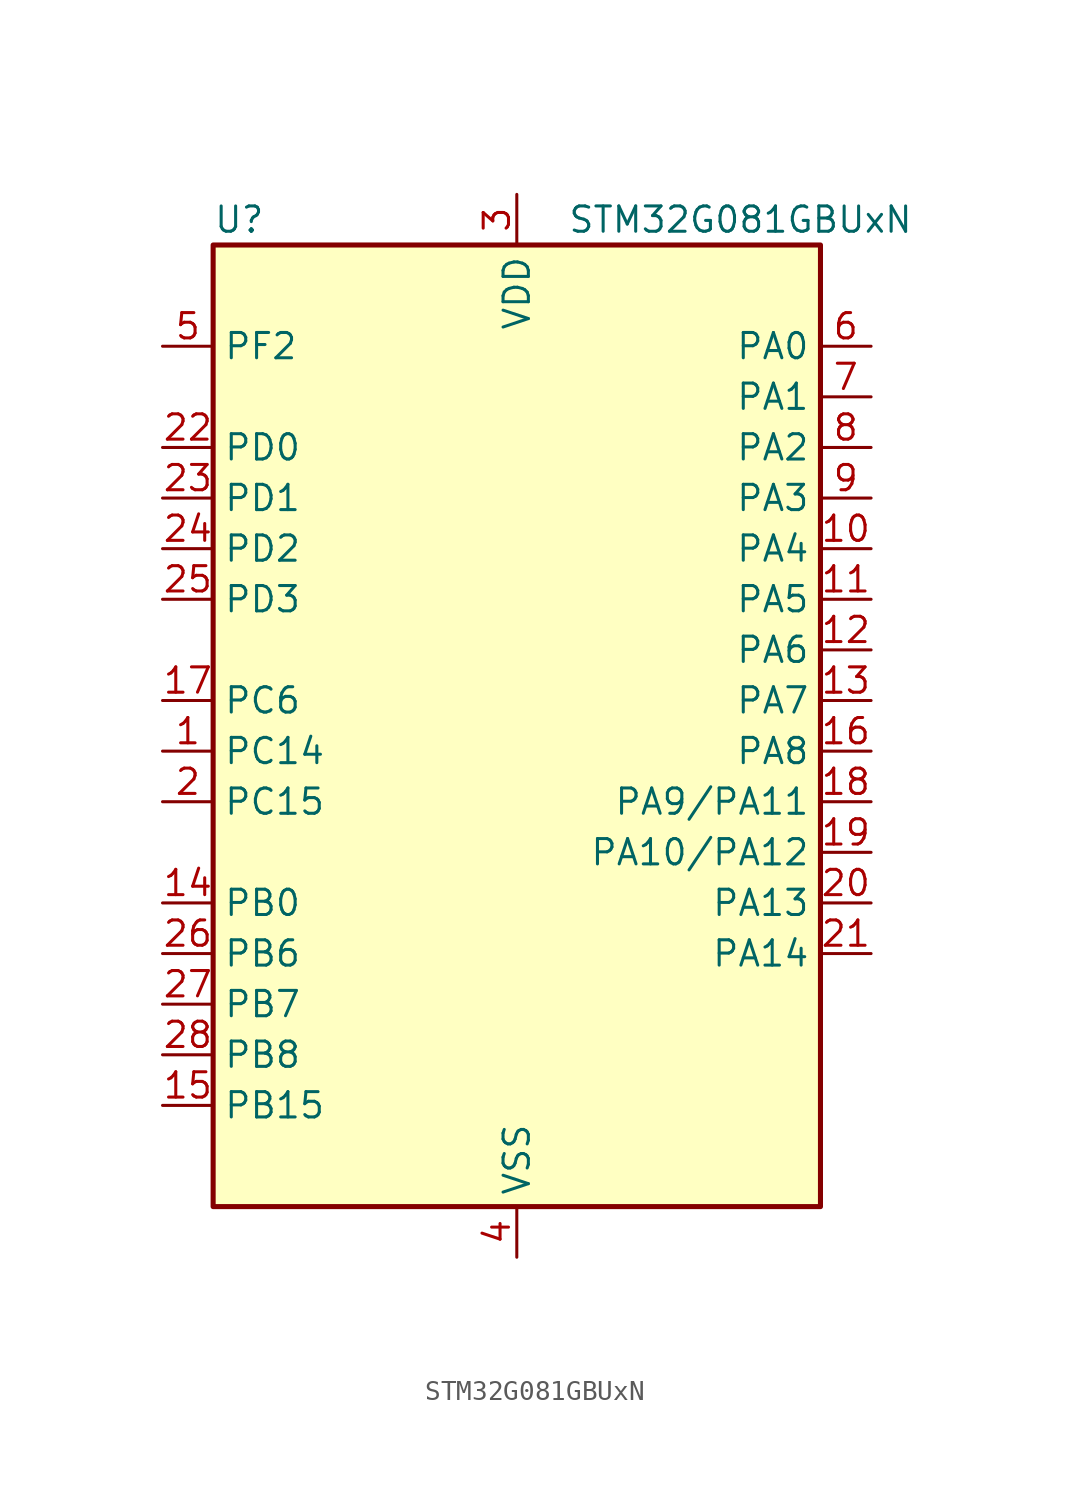
<source format=kicad_sym>
(kicad_symbol_lib
  (version 20231120)
  (generator "kicad-library-utils")
  (generator_version "8.0")
  (symbol "STM32G081GBUxN"
    (property "Reference" "U"
      (at -15.24 26.67 0)
      (effects (font (size 1.27 1.27)) (justify left)))
    (property "Value" "STM32G081GBUxN"
      (at 2.54 26.67 0)
      (effects (font (size 1.27 1.27)) (justify left)))
    (symbol "STM32G081GBUxN_0_1"
      (rectangle (start -15.24 -22.86) (end 15.24 25.4) (stroke (width 0.254) (type default)) (fill (type background))))
    (symbol "STM32G081GBUxN_1_1"
      (pin bidirectional line (at -17.78 0 0) (length 2.54) (name "PC14" (effects (font (size 1.27 1.27)))) (number "1" (effects (font (size 1.27 1.27)))) (alternate "RCC_OSC32_IN" bidirectional line) (alternate "RCC_OSC_IN" bidirectional line) (alternate "TIM1_BK2" bidirectional line))
      (pin bidirectional line (at 17.78 10.16 180) (length 2.54) (name "PA4" (effects (font (size 1.27 1.27)))) (number "10" (effects (font (size 1.27 1.27)))) (alternate "ADC1_IN4" bidirectional line) (alternate "DAC1_OUT1" bidirectional line) (alternate "I2S1_WS" bidirectional line) (alternate "LPTIM2_OUT" bidirectional line) (alternate "RTC_OUT_ALARM" bidirectional line) (alternate "RTC_OUT_CALIB" bidirectional line) (alternate "RTC_TAMP_IN1" bidirectional line) (alternate "RTC_TS" bidirectional line) (alternate "SPI1_NSS" bidirectional line) (alternate "SPI2_MOSI" bidirectional line) (alternate "SYS_WKUP2" bidirectional line) (alternate "TIM14_CH1" bidirectional line) (alternate "UCPD2_FRSTX1" bidirectional line) (alternate "UCPD2_FRSTX2" bidirectional line))
      (pin bidirectional line (at 17.78 7.62 180) (length 2.54) (name "PA5" (effects (font (size 1.27 1.27)))) (number "11" (effects (font (size 1.27 1.27)))) (alternate "ADC1_IN5" bidirectional line) (alternate "CEC" bidirectional line) (alternate "DAC1_OUT2" bidirectional line) (alternate "I2S1_CK" bidirectional line) (alternate "LPTIM2_ETR" bidirectional line) (alternate "SPI1_SCK" bidirectional line) (alternate "TIM2_CH1" bidirectional line) (alternate "TIM2_ETR" bidirectional line) (alternate "UCPD1_FRSTX1" bidirectional line) (alternate "UCPD1_FRSTX2" bidirectional line) (alternate "USART3_TX" bidirectional line))
      (pin bidirectional line (at 17.78 5.08 180) (length 2.54) (name "PA6" (effects (font (size 1.27 1.27)))) (number "12" (effects (font (size 1.27 1.27)))) (alternate "ADC1_IN6" bidirectional line) (alternate "COMP1_OUT" bidirectional line) (alternate "I2S1_MCK" bidirectional line) (alternate "LPUART1_CTS" bidirectional line) (alternate "SPI1_MISO" bidirectional line) (alternate "TIM16_CH1" bidirectional line) (alternate "TIM1_BK" bidirectional line) (alternate "TIM3_CH1" bidirectional line) (alternate "USART3_CTS" bidirectional line) (alternate "USART3_NSS" bidirectional line))
      (pin bidirectional line (at 17.78 2.54 180) (length 2.54) (name "PA7" (effects (font (size 1.27 1.27)))) (number "13" (effects (font (size 1.27 1.27)))) (alternate "ADC1_IN7" bidirectional line) (alternate "COMP2_OUT" bidirectional line) (alternate "I2S1_SD" bidirectional line) (alternate "SPI1_MOSI" bidirectional line) (alternate "TIM14_CH1" bidirectional line) (alternate "TIM17_CH1" bidirectional line) (alternate "TIM1_CH1N" bidirectional line) (alternate "TIM3_CH2" bidirectional line) (alternate "UCPD1_FRSTX1" bidirectional line) (alternate "UCPD1_FRSTX2" bidirectional line))
      (pin bidirectional line (at -17.78 -7.62 0) (length 2.54) (name "PB0" (effects (font (size 1.27 1.27)))) (number "14" (effects (font (size 1.27 1.27)))) (alternate "ADC1_IN8" bidirectional line) (alternate "COMP1_OUT" bidirectional line) (alternate "I2S1_WS" bidirectional line) (alternate "LPTIM1_OUT" bidirectional line) (alternate "SPI1_NSS" bidirectional line) (alternate "TIM1_CH2N" bidirectional line) (alternate "TIM3_CH3" bidirectional line) (alternate "UCPD1_DBCC2" bidirectional line) (alternate "UCPD1_FRSTX1" bidirectional line) (alternate "UCPD1_FRSTX2" bidirectional line) (alternate "USART3_RX" bidirectional line))
      (pin bidirectional line (at -17.78 -17.78 0) (length 2.54) (name "PB15" (effects (font (size 1.27 1.27)))) (number "15" (effects (font (size 1.27 1.27)))) (alternate "RTC_REFIN" bidirectional line) (alternate "SPI2_MOSI" bidirectional line) (alternate "TIM15_CH1N" bidirectional line) (alternate "TIM15_CH2" bidirectional line) (alternate "TIM1_CH3N" bidirectional line) (alternate "UCPD1_CC2" bidirectional line))
      (pin bidirectional line (at 17.78 0 180) (length 2.54) (name "PA8" (effects (font (size 1.27 1.27)))) (number "16" (effects (font (size 1.27 1.27)))) (alternate "LPTIM2_OUT" bidirectional line) (alternate "RCC_MCO" bidirectional line) (alternate "SPI2_NSS" bidirectional line) (alternate "TIM1_CH1" bidirectional line) (alternate "UCPD1_CC1" bidirectional line))
      (pin bidirectional line (at -17.78 2.54 0) (length 2.54) (name "PC6" (effects (font (size 1.27 1.27)))) (number "17" (effects (font (size 1.27 1.27)))) (alternate "TIM2_CH3" bidirectional line) (alternate "TIM3_CH1" bidirectional line) (alternate "UCPD1_DBCC1" bidirectional line) (alternate "UCPD1_FRSTX1" bidirectional line) (alternate "UCPD1_FRSTX2" bidirectional line))
      (pin bidirectional line (at 17.78 -2.54 180) (length 2.54) (name "PA9/PA11" (effects (font (size 1.27 1.27)))) (number "18" (effects (font (size 1.27 1.27)))) (alternate "PA9" bidirectional line) (alternate "DAC1_EXTI9 (PA9)" bidirectional line) (alternate "I2C1_SCL (PA9)" bidirectional line) (alternate "RCC_MCO (PA9)" bidirectional line) (alternate "SPI2_MISO (PA9)" bidirectional line) (alternate "TIM15_BK (PA9)" bidirectional line) (alternate "TIM1_CH2 (PA9)" bidirectional line) (alternate "USART1_TX (PA9)" bidirectional line) (alternate "PA11" bidirectional line) (alternate "ADC1_EXTI11 (PA11)" bidirectional line) (alternate "COMP1_OUT (PA11)" bidirectional line) (alternate "I2C2_SCL (PA11)" bidirectional line) (alternate "I2S1_MCK (PA11)" bidirectional line) (alternate "SPI1_MISO (PA11)" bidirectional line) (alternate "TIM1_BK2 (PA11)" bidirectional line) (alternate "TIM1_CH4 (PA11)" bidirectional line) (alternate "USART1_CTS (PA11)" bidirectional line) (alternate "USART1_NSS (PA11)" bidirectional line))
      (pin bidirectional line (at 17.78 -5.08 180) (length 2.54) (name "PA10/PA12" (effects (font (size 1.27 1.27)))) (number "19" (effects (font (size 1.27 1.27)))) (alternate "PA10" bidirectional line) (alternate "I2C1_SDA (PA10)" bidirectional line) (alternate "SPI2_MOSI (PA10)" bidirectional line) (alternate "TIM17_BK (PA10)" bidirectional line) (alternate "TIM1_CH3 (PA10)" bidirectional line) (alternate "USART1_RX (PA10)" bidirectional line) (alternate "PA12" bidirectional line) (alternate "COMP2_OUT (PA12)" bidirectional line) (alternate "I2C2_SDA (PA12)" bidirectional line) (alternate "I2S1_SD (PA12)" bidirectional line) (alternate "I2S_CKIN (PA12)" bidirectional line) (alternate "SPI1_MOSI (PA12)" bidirectional line) (alternate "TIM1_ETR (PA12)" bidirectional line) (alternate "USART1_CK (PA12)" bidirectional line) (alternate "USART1_DE (PA12)" bidirectional line) (alternate "USART1_RTS (PA12)" bidirectional line))
      (pin bidirectional line (at -17.78 -2.54 0) (length 2.54) (name "PC15" (effects (font (size 1.27 1.27)))) (number "2" (effects (font (size 1.27 1.27)))) (alternate "RCC_OSC32_EN" bidirectional line) (alternate "RCC_OSC32_OUT" bidirectional line) (alternate "RCC_OSC_EN" bidirectional line) (alternate "TIM15_BK" bidirectional line))
      (pin bidirectional line (at 17.78 -7.62 180) (length 2.54) (name "PA13" (effects (font (size 1.27 1.27)))) (number "20" (effects (font (size 1.27 1.27)))) (alternate "IR_OUT" bidirectional line) (alternate "SYS_SWDIO" bidirectional line))
      (pin bidirectional line (at 17.78 -10.16 180) (length 2.54) (name "PA14" (effects (font (size 1.27 1.27)))) (number "21" (effects (font (size 1.27 1.27)))) (alternate "SYS_SWCLK" bidirectional line) (alternate "USART2_TX" bidirectional line))
      (pin bidirectional line (at -17.78 15.24 0) (length 2.54) (name "PD0" (effects (font (size 1.27 1.27)))) (number "22" (effects (font (size 1.27 1.27)))) (alternate "SPI2_NSS" bidirectional line) (alternate "TIM16_CH1" bidirectional line) (alternate "UCPD2_CC1" bidirectional line))
      (pin bidirectional line (at -17.78 12.7 0) (length 2.54) (name "PD1" (effects (font (size 1.27 1.27)))) (number "23" (effects (font (size 1.27 1.27)))) (alternate "SPI2_SCK" bidirectional line) (alternate "TIM17_CH1" bidirectional line) (alternate "UCPD2_DBCC1" bidirectional line))
      (pin bidirectional line (at -17.78 10.16 0) (length 2.54) (name "PD2" (effects (font (size 1.27 1.27)))) (number "24" (effects (font (size 1.27 1.27)))) (alternate "TIM1_CH1N" bidirectional line) (alternate "TIM3_ETR" bidirectional line) (alternate "UCPD2_CC2" bidirectional line) (alternate "USART3_CK" bidirectional line) (alternate "USART3_DE" bidirectional line) (alternate "USART3_RTS" bidirectional line))
      (pin bidirectional line (at -17.78 7.62 0) (length 2.54) (name "PD3" (effects (font (size 1.27 1.27)))) (number "25" (effects (font (size 1.27 1.27)))) (alternate "SPI2_MISO" bidirectional line) (alternate "TIM1_CH2N" bidirectional line) (alternate "UCPD2_DBCC2" bidirectional line) (alternate "USART2_CTS" bidirectional line) (alternate "USART2_NSS" bidirectional line))
      (pin bidirectional line (at -17.78 -10.16 0) (length 2.54) (name "PB6" (effects (font (size 1.27 1.27)))) (number "26" (effects (font (size 1.27 1.27)))) (alternate "COMP2_INP" bidirectional line) (alternate "I2C1_SCL" bidirectional line) (alternate "LPTIM1_ETR" bidirectional line) (alternate "SPI2_MISO" bidirectional line) (alternate "TIM16_CH1N" bidirectional line) (alternate "TIM1_CH3" bidirectional line) (alternate "USART1_TX" bidirectional line))
      (pin bidirectional line (at -17.78 -12.7 0) (length 2.54) (name "PB7" (effects (font (size 1.27 1.27)))) (number "27" (effects (font (size 1.27 1.27)))) (alternate "COMP2_INM" bidirectional line) (alternate "I2C1_SDA" bidirectional line) (alternate "LPTIM1_IN2" bidirectional line) (alternate "SPI2_MOSI" bidirectional line) (alternate "SYS_PVD_IN" bidirectional line) (alternate "TIM17_CH1N" bidirectional line) (alternate "USART1_RX" bidirectional line) (alternate "USART4_CTS" bidirectional line) (alternate "USART4_NSS" bidirectional line))
      (pin bidirectional line (at -17.78 -15.24 0) (length 2.54) (name "PB8" (effects (font (size 1.27 1.27)))) (number "28" (effects (font (size 1.27 1.27)))) (alternate "CEC" bidirectional line) (alternate "I2C1_SCL" bidirectional line) (alternate "SPI2_SCK" bidirectional line) (alternate "TIM15_BK" bidirectional line) (alternate "TIM16_CH1" bidirectional line) (alternate "USART3_TX" bidirectional line))
      (pin power_in line (at 0 27.94 270) (length 2.54) (name "VDD" (effects (font (size 1.27 1.27)))) (number "3" (effects (font (size 1.27 1.27)))))
      (pin power_in line (at 0 -25.4 90) (length 2.54) (name "VSS" (effects (font (size 1.27 1.27)))) (number "4" (effects (font (size 1.27 1.27)))))
      (pin bidirectional line (at -17.78 20.32 0) (length 2.54) (name "PF2" (effects (font (size 1.27 1.27)))) (number "5" (effects (font (size 1.27 1.27)))) (alternate "RCC_MCO" bidirectional line))
      (pin bidirectional line (at 17.78 20.32 180) (length 2.54) (name "PA0" (effects (font (size 1.27 1.27)))) (number "6" (effects (font (size 1.27 1.27)))) (alternate "ADC1_IN0" bidirectional line) (alternate "COMP1_INM" bidirectional line) (alternate "COMP1_OUT" bidirectional line) (alternate "LPTIM1_OUT" bidirectional line) (alternate "RTC_TAMP_IN2" bidirectional line) (alternate "SPI2_SCK" bidirectional line) (alternate "SYS_WKUP1" bidirectional line) (alternate "TIM2_CH1" bidirectional line) (alternate "TIM2_ETR" bidirectional line) (alternate "UCPD2_FRSTX1" bidirectional line) (alternate "UCPD2_FRSTX2" bidirectional line) (alternate "USART2_CTS" bidirectional line) (alternate "USART2_NSS" bidirectional line) (alternate "USART4_TX" bidirectional line))
      (pin bidirectional line (at 17.78 17.78 180) (length 2.54) (name "PA1" (effects (font (size 1.27 1.27)))) (number "7" (effects (font (size 1.27 1.27)))) (alternate "ADC1_IN1" bidirectional line) (alternate "COMP1_INP" bidirectional line) (alternate "I2C1_SMBA" bidirectional line) (alternate "I2S1_CK" bidirectional line) (alternate "SPI1_SCK" bidirectional line) (alternate "TIM15_CH1N" bidirectional line) (alternate "TIM2_CH2" bidirectional line) (alternate "USART2_CK" bidirectional line) (alternate "USART2_DE" bidirectional line) (alternate "USART2_RTS" bidirectional line) (alternate "USART4_RX" bidirectional line))
      (pin bidirectional line (at 17.78 15.24 180) (length 2.54) (name "PA2" (effects (font (size 1.27 1.27)))) (number "8" (effects (font (size 1.27 1.27)))) (alternate "ADC1_IN2" bidirectional line) (alternate "COMP2_INM" bidirectional line) (alternate "COMP2_OUT" bidirectional line) (alternate "I2S1_SD" bidirectional line) (alternate "LPUART1_TX" bidirectional line) (alternate "RCC_LSCO" bidirectional line) (alternate "SPI1_MOSI" bidirectional line) (alternate "SYS_WKUP4" bidirectional line) (alternate "TIM15_CH1" bidirectional line) (alternate "TIM2_CH3" bidirectional line) (alternate "UCPD1_FRSTX1" bidirectional line) (alternate "UCPD1_FRSTX2" bidirectional line) (alternate "USART2_TX" bidirectional line))
      (pin bidirectional line (at 17.78 12.7 180) (length 2.54) (name "PA3" (effects (font (size 1.27 1.27)))) (number "9" (effects (font (size 1.27 1.27)))) (alternate "ADC1_IN3" bidirectional line) (alternate "COMP2_INP" bidirectional line) (alternate "LPUART1_RX" bidirectional line) (alternate "SPI2_MISO" bidirectional line) (alternate "TIM15_CH2" bidirectional line) (alternate "TIM2_CH4" bidirectional line) (alternate "UCPD2_FRSTX1" bidirectional line) (alternate "UCPD2_FRSTX2" bidirectional line) (alternate "USART2_RX" bidirectional line)))))
</source>
